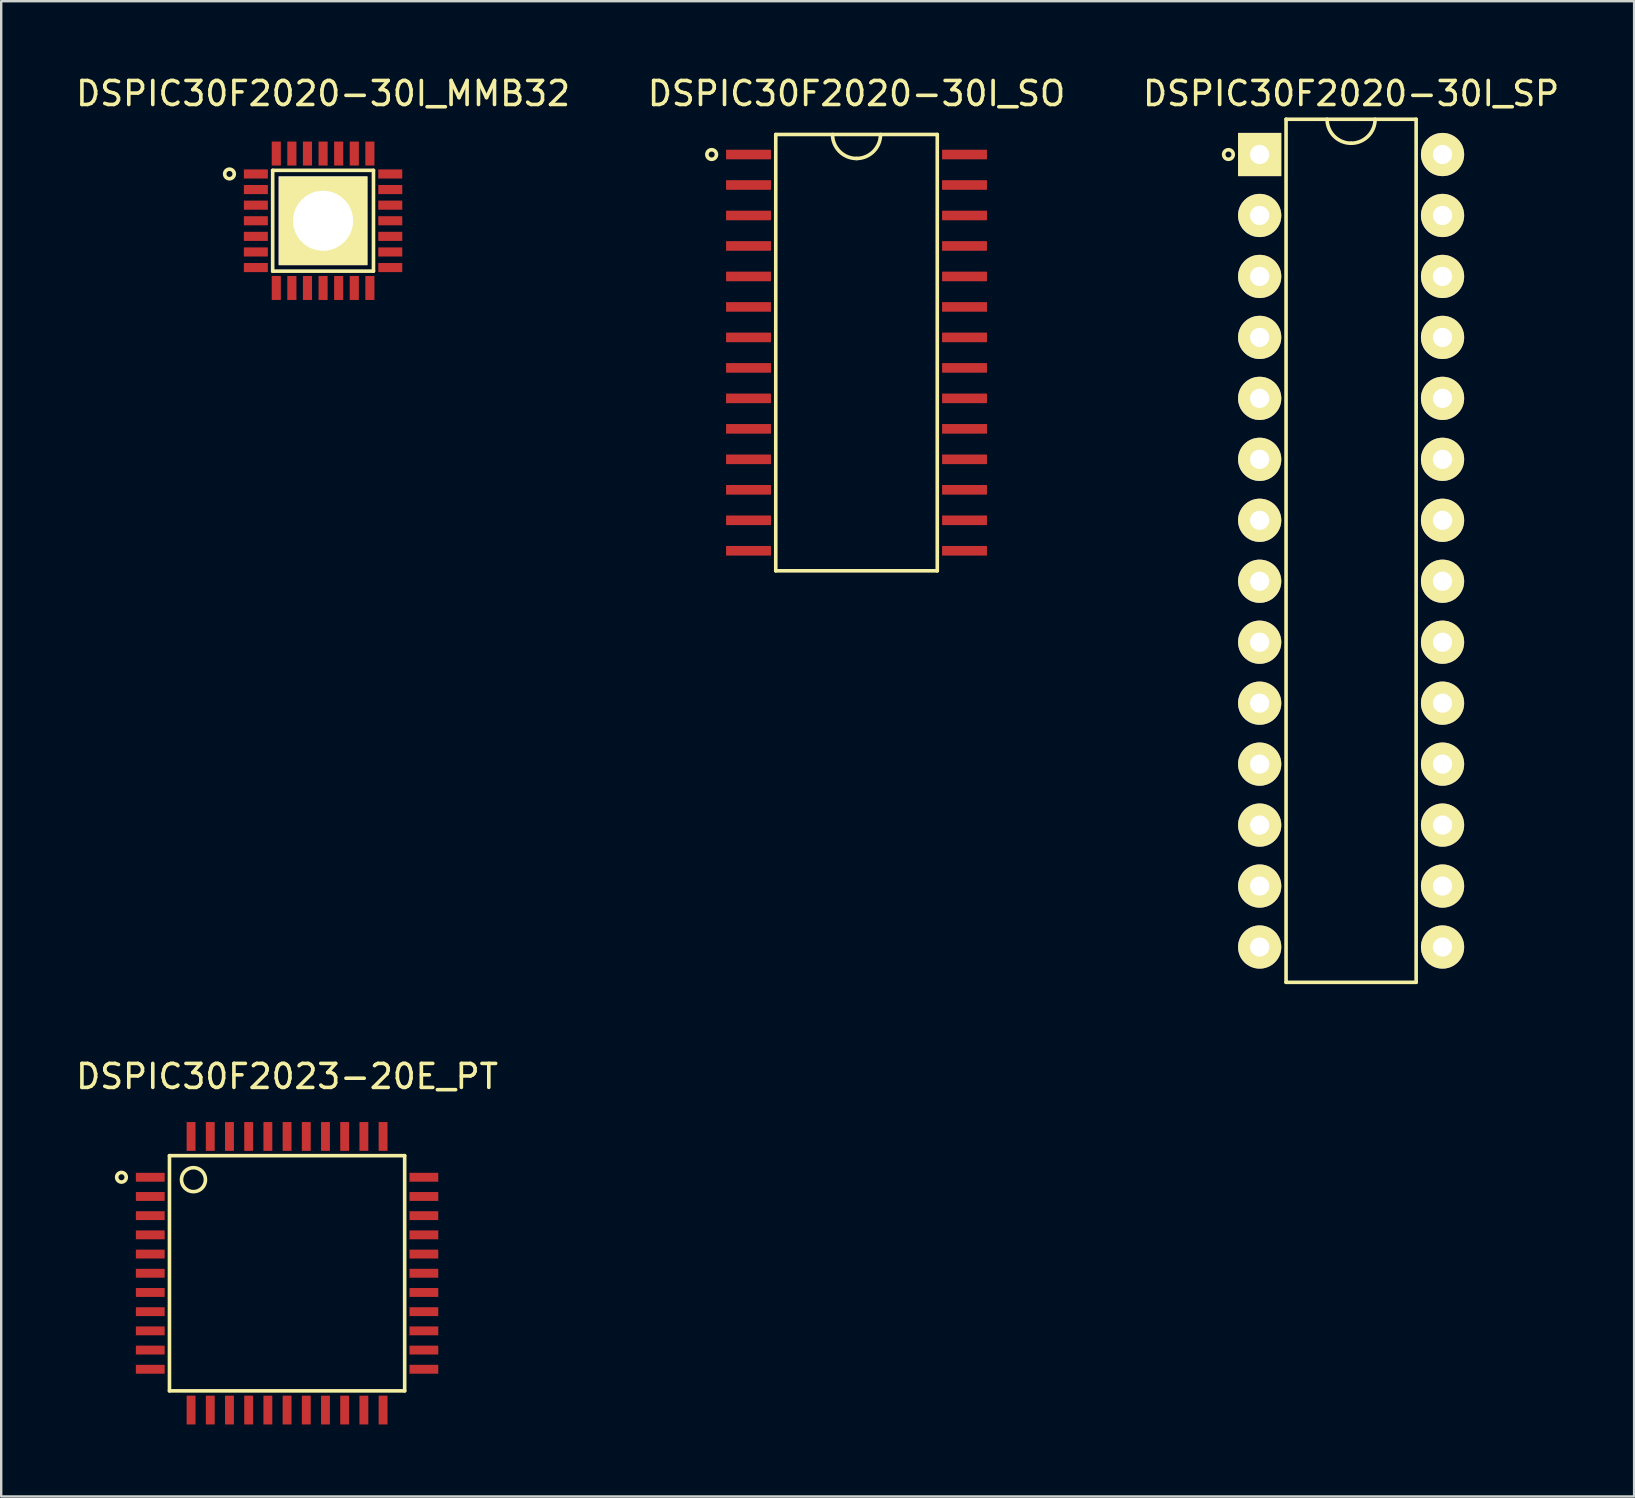
<source format=kicad_pcb>
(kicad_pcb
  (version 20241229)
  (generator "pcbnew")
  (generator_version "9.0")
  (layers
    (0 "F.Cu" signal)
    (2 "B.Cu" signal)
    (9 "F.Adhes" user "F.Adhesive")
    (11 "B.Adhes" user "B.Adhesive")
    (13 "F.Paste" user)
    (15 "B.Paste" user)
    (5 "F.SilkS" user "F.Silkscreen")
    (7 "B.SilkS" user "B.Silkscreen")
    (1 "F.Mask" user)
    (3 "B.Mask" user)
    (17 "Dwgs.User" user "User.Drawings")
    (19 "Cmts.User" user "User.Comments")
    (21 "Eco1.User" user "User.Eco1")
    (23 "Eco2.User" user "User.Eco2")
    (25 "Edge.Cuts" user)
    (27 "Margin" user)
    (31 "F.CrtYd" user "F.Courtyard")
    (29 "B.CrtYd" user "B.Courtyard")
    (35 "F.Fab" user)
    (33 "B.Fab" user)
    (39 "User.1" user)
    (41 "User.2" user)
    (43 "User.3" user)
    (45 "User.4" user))
  (footprint "DSPIC30F2020-30I_SP"
    (layer "F.Cu")
    (at 49.434 3.388)
    (property "Reference" "DSPIC30F2020-30I_SP" (at 3.81 -2.54 0) (layer "F.SilkS") (effects (font (size 1 1) (thickness 0.15))))
    (attr through_hole)
    (fp_line (start 1.1 -1.47) (end 6.52 -1.47) (stroke (width 0.15) (type solid)) (layer "F.SilkS"))
    (fp_line (start 1.1 34.49) (end 1.1 -1.47) (stroke (width 0.15) (type solid)) (layer "F.SilkS"))
    (fp_line (start 6.52 -1.47) (end 6.52 34.49) (stroke (width 0.15) (type solid)) (layer "F.SilkS"))
    (fp_line (start 6.52 34.49) (end 1.1 34.49) (stroke (width 0.15) (type solid)) (layer "F.SilkS"))
    (fp_arc (start 3.81 -0.47) (mid 3.102893 -0.762893) (end 2.81 -1.47) (stroke (width 0.15) (type solid)) (layer "F.SilkS"))
    (fp_arc (start 4.81 -1.47) (mid 4.517107 -0.762893) (end 3.81 -0.47) (stroke (width 0.15) (type solid)) (layer "F.SilkS"))
    (fp_circle (center -1.3 0) (end -1.3 0.2) (stroke (width 0.15) (type solid)) (fill no) (layer "F.SilkS"))
    (pad "1" thru_hole rect (at 0 0) (size 1.8 1.8) (drill 0.8) (layers "*.Cu" "*.Mask" "F.SilkS"))
    (pad "2" thru_hole circle (at 0 2.54) (size 1.8 1.8) (drill 0.8) (layers "*.Cu" "*.Mask" "F.SilkS"))
    (pad "3" thru_hole circle (at 0 5.08) (size 1.8 1.8) (drill 0.8) (layers "*.Cu" "*.Mask" "F.SilkS"))
    (pad "4" thru_hole circle (at 0 7.62) (size 1.8 1.8) (drill 0.8) (layers "*.Cu" "*.Mask" "F.SilkS"))
    (pad "5" thru_hole circle (at 0 10.16) (size 1.8 1.8) (drill 0.8) (layers "*.Cu" "*.Mask" "F.SilkS"))
    (pad "6" thru_hole circle (at 0 12.7) (size 1.8 1.8) (drill 0.8) (layers "*.Cu" "*.Mask" "F.SilkS"))
    (pad "7" thru_hole circle (at 0 15.24) (size 1.8 1.8) (drill 0.8) (layers "*.Cu" "*.Mask" "F.SilkS"))
    (pad "8" thru_hole circle (at 0 17.78) (size 1.8 1.8) (drill 0.8) (layers "*.Cu" "*.Mask" "F.SilkS"))
    (pad "9" thru_hole circle (at 0 20.32) (size 1.8 1.8) (drill 0.8) (layers "*.Cu" "*.Mask" "F.SilkS"))
    (pad "10" thru_hole circle (at 0 22.86) (size 1.8 1.8) (drill 0.8) (layers "*.Cu" "*.Mask" "F.SilkS"))
    (pad "11" thru_hole circle (at 0 25.4) (size 1.8 1.8) (drill 0.8) (layers "*.Cu" "*.Mask" "F.SilkS"))
    (pad "12" thru_hole circle (at 0 27.94) (size 1.8 1.8) (drill 0.8) (layers "*.Cu" "*.Mask" "F.SilkS"))
    (pad "13" thru_hole circle (at 0 30.48) (size 1.8 1.8) (drill 0.8) (layers "*.Cu" "*.Mask" "F.SilkS"))
    (pad "14" thru_hole circle (at 0 33.02) (size 1.8 1.8) (drill 0.8) (layers "*.Cu" "*.Mask" "F.SilkS"))
    (pad "15" thru_hole circle (at 7.62 33.02) (size 1.8 1.8) (drill 0.8) (layers "*.Cu" "*.Mask" "F.SilkS"))
    (pad "16" thru_hole circle (at 7.62 30.48) (size 1.8 1.8) (drill 0.8) (layers "*.Cu" "*.Mask" "F.SilkS"))
    (pad "17" thru_hole circle (at 7.62 27.94) (size 1.8 1.8) (drill 0.8) (layers "*.Cu" "*.Mask" "F.SilkS"))
    (pad "18" thru_hole circle (at 7.62 25.4) (size 1.8 1.8) (drill 0.8) (layers "*.Cu" "*.Mask" "F.SilkS"))
    (pad "19" thru_hole circle (at 7.62 22.86) (size 1.8 1.8) (drill 0.8) (layers "*.Cu" "*.Mask" "F.SilkS"))
    (pad "20" thru_hole circle (at 7.62 20.32) (size 1.8 1.8) (drill 0.8) (layers "*.Cu" "*.Mask" "F.SilkS"))
    (pad "21" thru_hole circle (at 7.62 17.78) (size 1.8 1.8) (drill 0.8) (layers "*.Cu" "*.Mask" "F.SilkS"))
    (pad "22" thru_hole circle (at 7.62 15.24) (size 1.8 1.8) (drill 0.8) (layers "*.Cu" "*.Mask" "F.SilkS"))
    (pad "23" thru_hole circle (at 7.62 12.7) (size 1.8 1.8) (drill 0.8) (layers "*.Cu" "*.Mask" "F.SilkS"))
    (pad "24" thru_hole circle (at 7.62 10.16) (size 1.8 1.8) (drill 0.8) (layers "*.Cu" "*.Mask" "F.SilkS"))
    (pad "25" thru_hole circle (at 7.62 7.62) (size 1.8 1.8) (drill 0.8) (layers "*.Cu" "*.Mask" "F.SilkS"))
    (pad "26" thru_hole circle (at 7.62 5.08) (size 1.8 1.8) (drill 0.8) (layers "*.Cu" "*.Mask" "F.SilkS"))
    (pad "27" thru_hole circle (at 7.62 2.54) (size 1.8 1.8) (drill 0.8) (layers "*.Cu" "*.Mask" "F.SilkS"))
    (pad "28" thru_hole circle (at 7.62 0) (size 1.8 1.8) (drill 0.8) (layers "*.Cu" "*.Mask" "F.SilkS")))
  (footprint "DSPIC30F2020-30I_MMB32"
    (layer "F.Cu")
    (at 7.611 3.348)
    (property "Reference" "DSPIC30F2020-30I_MMB32" (at 2.8 -2.5 0) (layer "F.SilkS") (effects (font (size 1 1) (thickness 0.15))))
    (attr through_hole)
    (fp_line (start 0.7 0.7) (end 0.7 4.9) (stroke (width 0.15) (type solid)) (layer "F.SilkS"))
    (fp_line (start 0.7 0.7) (end 4.9 0.7) (stroke (width 0.15) (type solid)) (layer "F.SilkS"))
    (fp_line (start 0.7 4.9) (end 4.9 4.9) (stroke (width 0.15) (type solid)) (layer "F.SilkS"))
    (fp_line (start 4.9 4.9) (end 4.9 0.7) (stroke (width 0.15) (type solid)) (layer "F.SilkS"))
    (fp_circle (center -1.1 0.85) (end -1.1 0.65) (stroke (width 0.15) (type solid)) (fill no) (layer "F.SilkS"))
    (fp_circle (center 1.7 1.7) (end 1.7 1.2) (stroke (width 0.15) (type solid)) (fill no) (layer "F.SilkS"))
    (pad "1" smd rect (at 0 0.85) (size 1 0.38) (layers "F.Cu" "F.Mask" "F.Paste"))
    (pad "2" smd rect (at 0 1.5) (size 1 0.38) (layers "F.Cu" "F.Mask" "F.Paste"))
    (pad "3" smd rect (at 0 2.15) (size 1 0.38) (layers "F.Cu" "F.Mask" "F.Paste"))
    (pad "4" smd rect (at 0 2.8) (size 1 0.38) (layers "F.Cu" "F.Mask" "F.Paste"))
    (pad "5" smd rect (at 0 3.45) (size 1 0.38) (layers "F.Cu" "F.Mask" "F.Paste"))
    (pad "6" smd rect (at 0 4.1) (size 1 0.38) (layers "F.Cu" "F.Mask" "F.Paste"))
    (pad "7" smd rect (at 0 4.75) (size 1 0.38) (layers "F.Cu" "F.Mask" "F.Paste"))
    (pad "8" smd rect (at 0.85 5.6) (size 0.38 1) (layers "F.Cu" "F.Mask" "F.Paste"))
    (pad "9" smd rect (at 1.5 5.6) (size 0.38 1) (layers "F.Cu" "F.Mask" "F.Paste"))
    (pad "10" smd rect (at 2.15 5.6) (size 0.38 1) (layers "F.Cu" "F.Mask" "F.Paste"))
    (pad "11" smd rect (at 2.8 5.6) (size 0.38 1) (layers "F.Cu" "F.Mask" "F.Paste"))
    (pad "12" smd rect (at 3.45 5.6) (size 0.38 1) (layers "F.Cu" "F.Mask" "F.Paste"))
    (pad "13" smd rect (at 4.1 5.6) (size 0.38 1) (layers "F.Cu" "F.Mask" "F.Paste"))
    (pad "14" smd rect (at 4.75 5.6) (size 0.38 1) (layers "F.Cu" "F.Mask" "F.Paste"))
    (pad "15" smd rect (at 5.6 4.75) (size 1 0.38) (layers "F.Cu" "F.Mask" "F.Paste"))
    (pad "16" smd rect (at 5.6 4.1) (size 1 0.38) (layers "F.Cu" "F.Mask" "F.Paste"))
    (pad "17" smd rect (at 5.6 3.45) (size 1 0.38) (layers "F.Cu" "F.Mask" "F.Paste"))
    (pad "18" smd rect (at 5.6 2.8) (size 1 0.38) (layers "F.Cu" "F.Mask" "F.Paste"))
    (pad "19" smd rect (at 5.6 2.15) (size 1 0.38) (layers "F.Cu" "F.Mask" "F.Paste"))
    (pad "20" smd rect (at 5.6 1.5) (size 1 0.38) (layers "F.Cu" "F.Mask" "F.Paste"))
    (pad "21" smd rect (at 5.6 0.85) (size 1 0.38) (layers "F.Cu" "F.Mask" "F.Paste"))
    (pad "22" smd rect (at 4.75 0) (size 0.38 1) (layers "F.Cu" "F.Mask" "F.Paste"))
    (pad "23" smd rect (at 4.1 0) (size 0.38 1) (layers "F.Cu" "F.Mask" "F.Paste"))
    (pad "24" smd rect (at 3.45 0) (size 0.38 1) (layers "F.Cu" "F.Mask" "F.Paste"))
    (pad "25" smd rect (at 2.8 0) (size 0.38 1) (layers "F.Cu" "F.Mask" "F.Paste"))
    (pad "26" smd rect (at 2.15 0) (size 0.38 1) (layers "F.Cu" "F.Mask" "F.Paste"))
    (pad "27" smd rect (at 1.5 0) (size 0.38 1) (layers "F.Cu" "F.Mask" "F.Paste"))
    (pad "28" smd rect (at 0.85 0) (size 0.38 1) (layers "F.Cu" "F.Mask" "F.Paste"))
    (pad "999" thru_hole rect (at 2.8 2.8) (size 3.7 3.7) (drill 2.5) (layers "*.Cu" "*.Mask" "F.SilkS")))
  (footprint "DSPIC30F2020-30I_SO"
    (layer "F.Cu")
    (at 28.137 3.388)
    (property "Reference" "DSPIC30F2020-30I_SO" (at 4.5 -2.54 0) (layer "F.SilkS") (effects (font (size 1 1) (thickness 0.15))))
    (attr through_hole)
    (fp_line (start 1.135 -0.835) (end 7.865 -0.835) (stroke (width 0.15) (type solid)) (layer "F.SilkS"))
    (fp_line (start 1.135 17.345) (end 1.135 -0.835) (stroke (width 0.15) (type solid)) (layer "F.SilkS"))
    (fp_line (start 7.865 -0.835) (end 7.865 17.345) (stroke (width 0.15) (type solid)) (layer "F.SilkS"))
    (fp_line (start 7.865 17.345) (end 1.135 17.345) (stroke (width 0.15) (type solid)) (layer "F.SilkS"))
    (fp_arc (start 4.5 0.165) (mid 3.792893 -0.127893) (end 3.5 -0.835) (stroke (width 0.15) (type solid)) (layer "F.SilkS"))
    (fp_arc (start 5.5 -0.835) (mid 5.207107 -0.127893) (end 4.5 0.165) (stroke (width 0.15) (type solid)) (layer "F.SilkS"))
    (fp_circle (center -1.535 0) (end -1.535 0.2) (stroke (width 0.15) (type solid)) (fill no) (layer "F.SilkS"))
    (pad "1" smd rect (at 0 0) (size 1.87 0.4) (layers "F.Cu" "F.Mask" "F.Paste"))
    (pad "2" smd rect (at 0 1.27) (size 1.87 0.4) (layers "F.Cu" "F.Mask" "F.Paste"))
    (pad "3" smd rect (at 0 2.54) (size 1.87 0.4) (layers "F.Cu" "F.Mask" "F.Paste"))
    (pad "4" smd rect (at 0 3.81) (size 1.87 0.4) (layers "F.Cu" "F.Mask" "F.Paste"))
    (pad "5" smd rect (at 0 5.08) (size 1.87 0.4) (layers "F.Cu" "F.Mask" "F.Paste"))
    (pad "6" smd rect (at 0 6.35) (size 1.87 0.4) (layers "F.Cu" "F.Mask" "F.Paste"))
    (pad "7" smd rect (at 0 7.62) (size 1.87 0.4) (layers "F.Cu" "F.Mask" "F.Paste"))
    (pad "8" smd rect (at 0 8.89) (size 1.87 0.4) (layers "F.Cu" "F.Mask" "F.Paste"))
    (pad "9" smd rect (at 0 10.16) (size 1.87 0.4) (layers "F.Cu" "F.Mask" "F.Paste"))
    (pad "10" smd rect (at 0 11.43) (size 1.87 0.4) (layers "F.Cu" "F.Mask" "F.Paste"))
    (pad "11" smd rect (at 0 12.7) (size 1.87 0.4) (layers "F.Cu" "F.Mask" "F.Paste"))
    (pad "12" smd rect (at 0 13.97) (size 1.87 0.4) (layers "F.Cu" "F.Mask" "F.Paste"))
    (pad "13" smd rect (at 0 15.24) (size 1.87 0.4) (layers "F.Cu" "F.Mask" "F.Paste"))
    (pad "14" smd rect (at 0 16.51) (size 1.87 0.4) (layers "F.Cu" "F.Mask" "F.Paste"))
    (pad "15" smd rect (at 9 16.51) (size 1.87 0.4) (layers "F.Cu" "F.Mask" "F.Paste"))
    (pad "16" smd rect (at 9 15.24) (size 1.87 0.4) (layers "F.Cu" "F.Mask" "F.Paste"))
    (pad "17" smd rect (at 9 13.97) (size 1.87 0.4) (layers "F.Cu" "F.Mask" "F.Paste"))
    (pad "18" smd rect (at 9 12.7) (size 1.87 0.4) (layers "F.Cu" "F.Mask" "F.Paste"))
    (pad "19" smd rect (at 9 11.43) (size 1.87 0.4) (layers "F.Cu" "F.Mask" "F.Paste"))
    (pad "20" smd rect (at 9 10.16) (size 1.87 0.4) (layers "F.Cu" "F.Mask" "F.Paste"))
    (pad "21" smd rect (at 9 8.89) (size 1.87 0.4) (layers "F.Cu" "F.Mask" "F.Paste"))
    (pad "22" smd rect (at 9 7.62) (size 1.87 0.4) (layers "F.Cu" "F.Mask" "F.Paste"))
    (pad "23" smd rect (at 9 6.35) (size 1.87 0.4) (layers "F.Cu" "F.Mask" "F.Paste"))
    (pad "24" smd rect (at 9 5.08) (size 1.87 0.4) (layers "F.Cu" "F.Mask" "F.Paste"))
    (pad "25" smd rect (at 9 3.81) (size 1.87 0.4) (layers "F.Cu" "F.Mask" "F.Paste"))
    (pad "26" smd rect (at 9 2.54) (size 1.87 0.4) (layers "F.Cu" "F.Mask" "F.Paste"))
    (pad "27" smd rect (at 9 1.27) (size 1.87 0.4) (layers "F.Cu" "F.Mask" "F.Paste"))
    (pad "28" smd rect (at 9 0) (size 1.87 0.4) (layers "F.Cu" "F.Mask" "F.Paste")))
  (footprint "DSPIC30F2023-20E_PT"
    (layer "F.Cu")
    (at 3.211 44.301)
    (property "Reference" "DSPIC30F2023-20E_PT" (at 5.7 -2.5 0) (layer "F.SilkS") (effects (font (size 1 1) (thickness 0.15))))
    (attr through_hole)
    (fp_line (start 0.8 0.8) (end 0.8 10.6) (stroke (width 0.15) (type solid)) (layer "F.SilkS"))
    (fp_line (start 0.8 0.8) (end 10.6 0.8) (stroke (width 0.15) (type solid)) (layer "F.SilkS"))
    (fp_line (start 0.8 10.6) (end 10.6 10.6) (stroke (width 0.15) (type solid)) (layer "F.SilkS"))
    (fp_line (start 10.6 10.6) (end 10.6 0.8) (stroke (width 0.15) (type solid)) (layer "F.SilkS"))
    (fp_circle (center -1.2 1.7) (end -1.2 1.5) (stroke (width 0.15) (type solid)) (fill no) (layer "F.SilkS"))
    (fp_circle (center 1.8 1.8) (end 1.8 1.3) (stroke (width 0.15) (type solid)) (fill no) (layer "F.SilkS"))
    (pad "1" smd rect (at 0 1.7) (size 1.2 0.37) (layers "F.Cu" "F.Mask" "F.Paste"))
    (pad "2" smd rect (at 0 2.5) (size 1.2 0.37) (layers "F.Cu" "F.Mask" "F.Paste"))
    (pad "3" smd rect (at 0 3.3) (size 1.2 0.37) (layers "F.Cu" "F.Mask" "F.Paste"))
    (pad "4" smd rect (at 0 4.1) (size 1.2 0.37) (layers "F.Cu" "F.Mask" "F.Paste"))
    (pad "5" smd rect (at 0 4.9) (size 1.2 0.37) (layers "F.Cu" "F.Mask" "F.Paste"))
    (pad "6" smd rect (at 0 5.7) (size 1.2 0.37) (layers "F.Cu" "F.Mask" "F.Paste"))
    (pad "7" smd rect (at 0 6.5) (size 1.2 0.37) (layers "F.Cu" "F.Mask" "F.Paste"))
    (pad "8" smd rect (at 0 7.3) (size 1.2 0.37) (layers "F.Cu" "F.Mask" "F.Paste"))
    (pad "9" smd rect (at 0 8.1) (size 1.2 0.37) (layers "F.Cu" "F.Mask" "F.Paste"))
    (pad "10" smd rect (at 0 8.9) (size 1.2 0.37) (layers "F.Cu" "F.Mask" "F.Paste"))
    (pad "11" smd rect (at 0 9.7) (size 1.2 0.37) (layers "F.Cu" "F.Mask" "F.Paste"))
    (pad "12" smd rect (at 1.7 11.4) (size 0.37 1.2) (layers "F.Cu" "F.Mask" "F.Paste"))
    (pad "13" smd rect (at 2.5 11.4) (size 0.37 1.2) (layers "F.Cu" "F.Mask" "F.Paste"))
    (pad "14" smd rect (at 3.3 11.4) (size 0.37 1.2) (layers "F.Cu" "F.Mask" "F.Paste"))
    (pad "15" smd rect (at 4.1 11.4) (size 0.37 1.2) (layers "F.Cu" "F.Mask" "F.Paste"))
    (pad "16" smd rect (at 4.9 11.4) (size 0.37 1.2) (layers "F.Cu" "F.Mask" "F.Paste"))
    (pad "17" smd rect (at 5.7 11.4) (size 0.37 1.2) (layers "F.Cu" "F.Mask" "F.Paste"))
    (pad "18" smd rect (at 6.5 11.4) (size 0.37 1.2) (layers "F.Cu" "F.Mask" "F.Paste"))
    (pad "19" smd rect (at 7.3 11.4) (size 0.37 1.2) (layers "F.Cu" "F.Mask" "F.Paste"))
    (pad "20" smd rect (at 8.1 11.4) (size 0.37 1.2) (layers "F.Cu" "F.Mask" "F.Paste"))
    (pad "21" smd rect (at 8.9 11.4) (size 0.37 1.2) (layers "F.Cu" "F.Mask" "F.Paste"))
    (pad "22" smd rect (at 9.7 11.4) (size 0.37 1.2) (layers "F.Cu" "F.Mask" "F.Paste"))
    (pad "23" smd rect (at 11.4 9.7) (size 1.2 0.37) (layers "F.Cu" "F.Mask" "F.Paste"))
    (pad "24" smd rect (at 11.4 8.9) (size 1.2 0.37) (layers "F.Cu" "F.Mask" "F.Paste"))
    (pad "25" smd rect (at 11.4 8.1) (size 1.2 0.37) (layers "F.Cu" "F.Mask" "F.Paste"))
    (pad "26" smd rect (at 11.4 7.3) (size 1.2 0.37) (layers "F.Cu" "F.Mask" "F.Paste"))
    (pad "27" smd rect (at 11.4 6.5) (size 1.2 0.37) (layers "F.Cu" "F.Mask" "F.Paste"))
    (pad "28" smd rect (at 11.4 5.7) (size 1.2 0.37) (layers "F.Cu" "F.Mask" "F.Paste"))
    (pad "29" smd rect (at 11.4 4.9) (size 1.2 0.37) (layers "F.Cu" "F.Mask" "F.Paste"))
    (pad "30" smd rect (at 11.4 4.1) (size 1.2 0.37) (layers "F.Cu" "F.Mask" "F.Paste"))
    (pad "31" smd rect (at 11.4 3.3) (size 1.2 0.37) (layers "F.Cu" "F.Mask" "F.Paste"))
    (pad "32" smd rect (at 11.4 2.5) (size 1.2 0.37) (layers "F.Cu" "F.Mask" "F.Paste"))
    (pad "33" smd rect (at 11.4 1.7) (size 1.2 0.37) (layers "F.Cu" "F.Mask" "F.Paste"))
    (pad "34" smd rect (at 9.7 0) (size 0.37 1.2) (layers "F.Cu" "F.Mask" "F.Paste"))
    (pad "35" smd rect (at 8.9 0) (size 0.37 1.2) (layers "F.Cu" "F.Mask" "F.Paste"))
    (pad "36" smd rect (at 8.1 0) (size 0.37 1.2) (layers "F.Cu" "F.Mask" "F.Paste"))
    (pad "37" smd rect (at 7.3 0) (size 0.37 1.2) (layers "F.Cu" "F.Mask" "F.Paste"))
    (pad "38" smd rect (at 6.5 0) (size 0.37 1.2) (layers "F.Cu" "F.Mask" "F.Paste"))
    (pad "39" smd rect (at 5.7 0) (size 0.37 1.2) (layers "F.Cu" "F.Mask" "F.Paste"))
    (pad "40" smd rect (at 4.9 0) (size 0.37 1.2) (layers "F.Cu" "F.Mask" "F.Paste"))
    (pad "41" smd rect (at 4.1 0) (size 0.37 1.2) (layers "F.Cu" "F.Mask" "F.Paste"))
    (pad "42" smd rect (at 3.3 0) (size 0.37 1.2) (layers "F.Cu" "F.Mask" "F.Paste"))
    (pad "43" smd rect (at 2.5 0) (size 0.37 1.2) (layers "F.Cu" "F.Mask" "F.Paste"))
    (pad "44" smd rect (at 1.7 0) (size 0.37 1.2) (layers "F.Cu" "F.Mask" "F.Paste")))
  (gr_rect
    (start -3 -3)
    (end 65.036 59.301)
    (stroke (width 0.1) (type default))
    (fill no)
    (layer "Edge.Cuts")))
</source>
